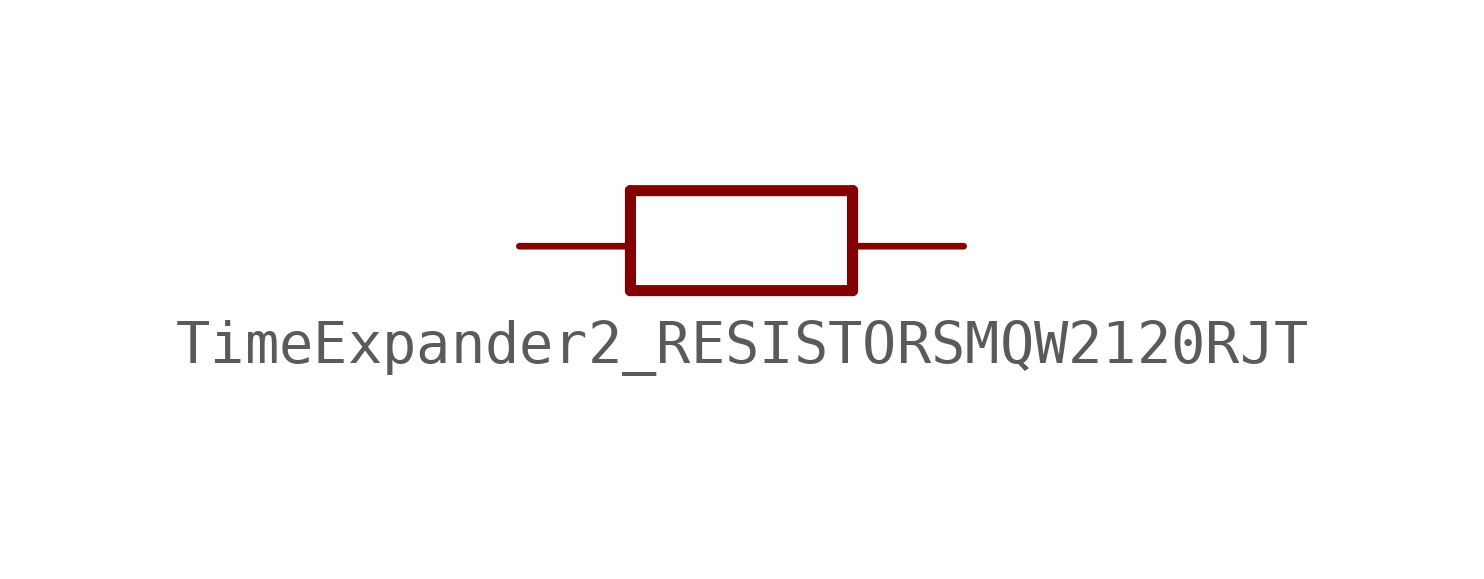
<source format=kicad_sym>
(kicad_symbol_lib
  (version 20231120)
  (generator "kicad_symbol_editor")
  (generator_version "8.0")
  (symbol "TimeExpander2_RESISTORSMQW2120RJT"
    (property "Reference" ""
      (at 4.064 1.905 0)
      (effects (font (size 1.27 1.079)) (justify left bottom) (hide yes)))
    (property "Value" ""
      (at 4.064 -0.381 0)
      (effects (font (size 1.27 1.079)) (justify left bottom)))
    (property "ki_locked" ""
      (at 0 0 0)
      (effects (font (size 1.27 1.27))))
    (symbol "TimeExpander2_RESISTORSMQW2120RJT_1_0"
      (polyline (pts (xy 2.54 -1.016) (xy 7.62 -1.016)) (stroke (width 0.254) (type solid)) (fill (type none)))
      (polyline (pts (xy 2.54 1.27) (xy 2.54 -1.016)) (stroke (width 0.254) (type solid)) (fill (type none)))
      (polyline (pts (xy 7.62 -1.016) (xy 7.62 1.27)) (stroke (width 0.254) (type solid)) (fill (type none)))
      (polyline (pts (xy 7.62 1.27) (xy 2.54 1.27)) (stroke (width 0.254) (type solid)) (fill (type none)))
      (pin bidirectional line (at 0 0 0) (length 2.54) (name "P$1" (effects (font (size 0 0)))) (number "P$1" (effects (font (size 0 0)))))
      (pin bidirectional line (at 10.16 0 180) (length 2.54) (name "P$2" (effects (font (size 0 0)))) (number "P$2" (effects (font (size 0 0))))))))
</source>
